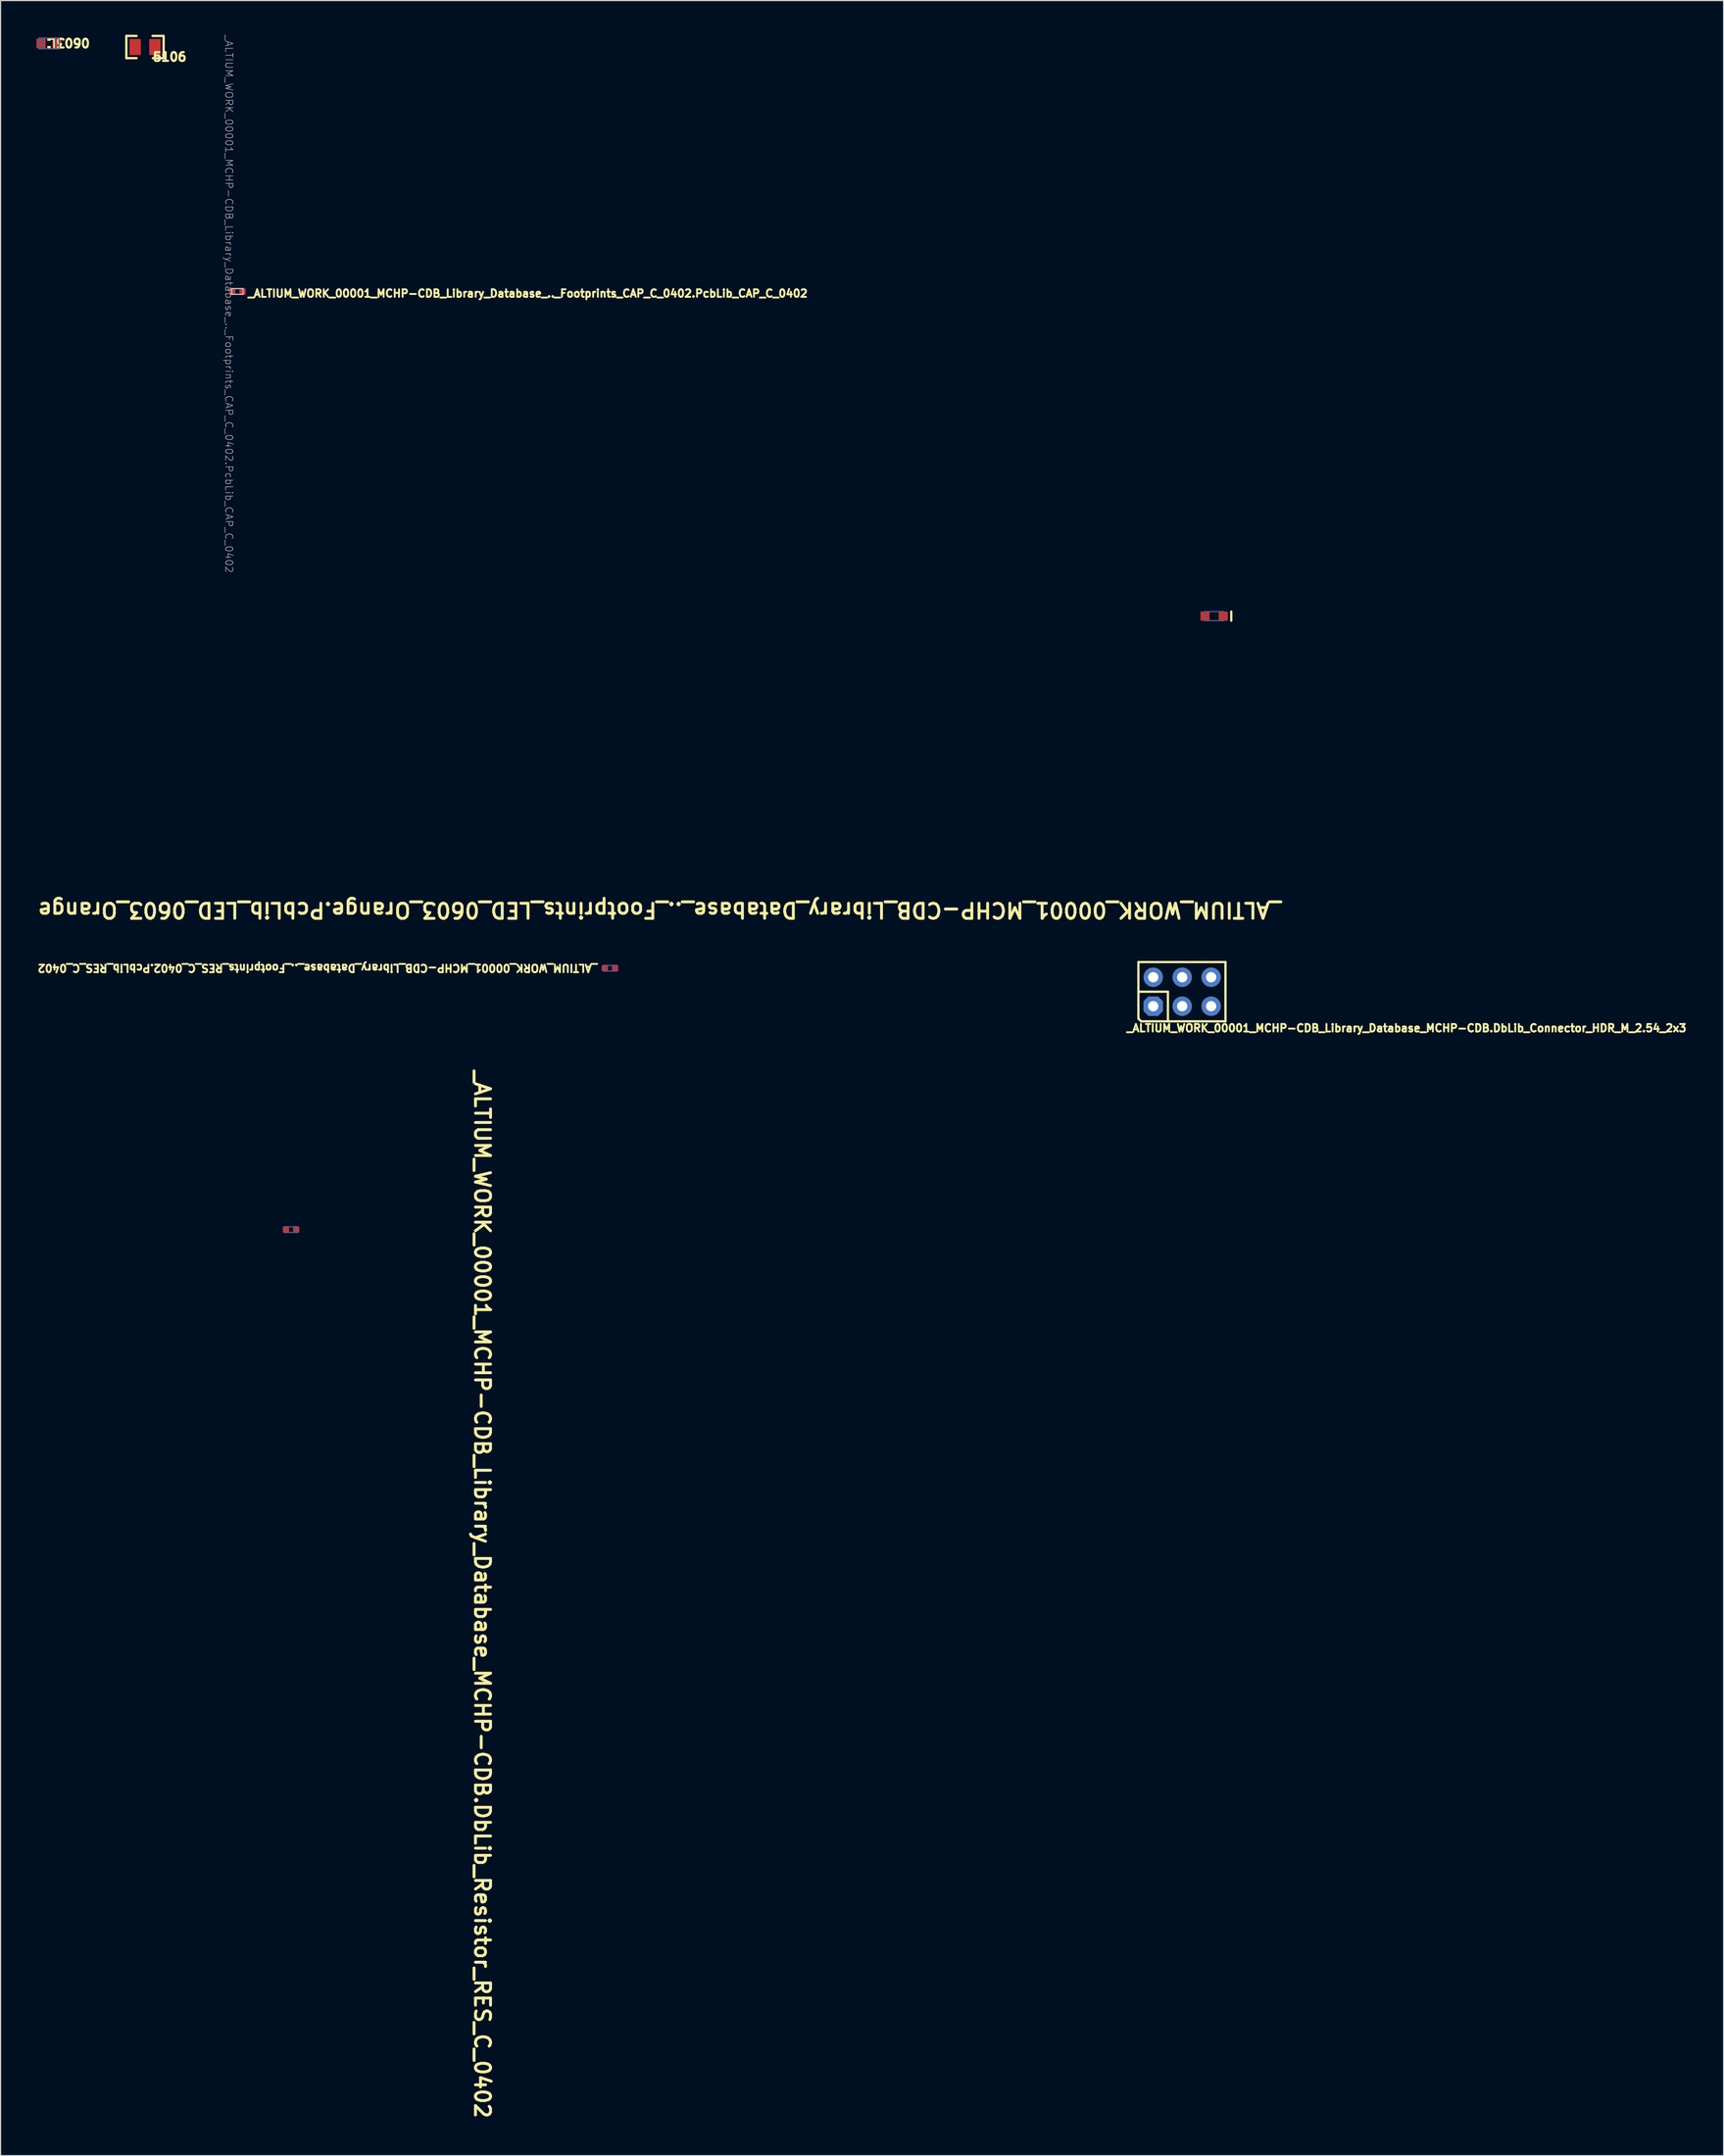
<source format=kicad_pcb>
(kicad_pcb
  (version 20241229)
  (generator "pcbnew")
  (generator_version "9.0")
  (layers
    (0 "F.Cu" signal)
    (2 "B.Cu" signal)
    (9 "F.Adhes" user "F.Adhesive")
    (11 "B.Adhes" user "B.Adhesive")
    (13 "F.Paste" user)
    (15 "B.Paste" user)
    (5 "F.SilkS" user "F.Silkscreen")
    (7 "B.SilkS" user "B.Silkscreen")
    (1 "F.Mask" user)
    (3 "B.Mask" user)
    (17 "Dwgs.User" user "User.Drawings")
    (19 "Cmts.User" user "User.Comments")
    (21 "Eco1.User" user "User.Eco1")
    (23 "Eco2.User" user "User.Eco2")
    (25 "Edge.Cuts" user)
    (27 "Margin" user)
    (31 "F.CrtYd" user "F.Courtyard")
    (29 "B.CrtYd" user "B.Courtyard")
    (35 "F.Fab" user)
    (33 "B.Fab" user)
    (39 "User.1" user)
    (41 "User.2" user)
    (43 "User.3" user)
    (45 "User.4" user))
  (footprint "0603L"
    (layer "F.Cu")
    (at 1.25 0.759)
    (property "Reference" "0603L" (at 3.683 -0.508 180) (unlocked yes) (layer "F.SilkS") (effects (font (size 0.762 0.762) (thickness 0.254) (bold yes)) (justify left bottom)))
    (fp_line (start 0.071 -0.325) (end -0.071 -0.325) (stroke (width 0.2) (type solid)) (layer "F.SilkS"))
    (fp_line (start 0.071 0.325) (end -0.071 0.325) (stroke (width 0.2) (type solid)) (layer "F.SilkS"))
    (fp_line (start -1.2 0.525) (end -1.2 -0.525) (stroke (width 0.1) (type solid)) (layer "Eco1.User"))
    (fp_line (start 0 0.475) (end 0 -0.475) (stroke (width 0.1) (type solid)) (layer "Eco1.User"))
    (fp_line (start 0.475 0) (end -0.475 0) (stroke (width 0.1) (type solid)) (layer "Eco1.User"))
    (fp_line (start 1.2 -0.525) (end -1.2 -0.525) (stroke (width 0.1) (type solid)) (layer "Eco1.User"))
    (fp_line (start 1.2 0.525) (end -1.2 0.525) (stroke (width 0.1) (type solid)) (layer "Eco1.User"))
    (fp_line (start 1.2 0.525) (end 1.2 -0.525) (stroke (width 0.1) (type solid)) (layer "Eco1.User"))
    (fp_line (start -0.875 0.475) (end -0.875 -0.475) (stroke (width 0.1) (type solid)) (layer "B.Fab"))
    (fp_line (start -0.55 0.475) (end -0.55 -0.475) (stroke (width 0.1) (type solid)) (layer "B.Fab"))
    (fp_line (start 0.55 0.475) (end 0.55 -0.475) (stroke (width 0.1) (type solid)) (layer "B.Fab"))
    (fp_line (start 0.875 -0.475) (end -0.875 -0.475) (stroke (width 0.1) (type solid)) (layer "B.Fab"))
    (fp_line (start 0.875 0.475) (end -0.875 0.475) (stroke (width 0.1) (type solid)) (layer "B.Fab"))
    (fp_line (start 0.875 0.475) (end 0.875 -0.475) (stroke (width 0.1) (type solid)) (layer "B.Fab"))
    (fp_line (start -1.2 0.525) (end -1.2 -0.525) (stroke (width 0.1) (type solid)) (layer "User.5"))
    (fp_line (start 1.2 -0.525) (end -1.2 -0.525) (stroke (width 0.1) (type solid)) (layer "User.5"))
    (fp_line (start 1.2 0.525) (end -1.2 0.525) (stroke (width 0.1) (type solid)) (layer "User.5"))
    (fp_line (start 1.2 0.525) (end 1.2 -0.525) (stroke (width 0.1) (type solid)) (layer "User.5"))
    (fp_text user "${REFERENCE}" (at 0.762 -0.254 180) (unlocked yes) (layer "User.5") (effects (font (size 0.559 0.559) (thickness 0.102))))
    (pad "1" smd rect (at -0.7 0 90) (size 0.85 0.8) (layers "F.Cu" "F.Mask" "F.Paste"))
    (pad "2" smd rect (at 0.7 0 90) (size 0.85 0.8) (layers "F.Cu" "F.Mask" "F.Paste")))
  (footprint "_ALTIUM_WORK_00001_MCHP-CDB_Library_Database_.._Footprints_CAP_C_0402.PcbLib_CAP_C_0402"
    (layer "F.Cu")
    (at 17.779 22.52)
    (property "Reference" "_ALTIUM_WORK_00001_MCHP-CDB_Library_Database_.._Footprints_CAP_C_0402.PcbLib_CAP_C_0402" (at 0.838 0.559 0) (unlocked yes) (layer "F.SilkS") (effects (font (size 0.66 0.66) (thickness 0.2) (bold yes)) (justify left bottom)))
    (fp_line (start -0.5 -0.25) (end -0.5 0.25) (stroke (width 0.1) (type solid)) (layer "Dwgs.User"))
    (fp_line (start -0.5 -0.25) (end 0.5 -0.25) (stroke (width 0.1) (type solid)) (layer "Dwgs.User"))
    (fp_line (start -0.5 0.25) (end 0.5 0.25) (stroke (width 0.1) (type solid)) (layer "Dwgs.User"))
    (fp_line (start 0.5 -0.25) (end 0.5 0.25) (stroke (width 0.1) (type solid)) (layer "Dwgs.User"))
    (fp_line (start -0.95 -0.5) (end -0.95 0.5) (stroke (width 0.1) (type solid)) (layer "Eco1.User"))
    (fp_line (start -0.95 -0.5) (end 0.95 -0.5) (stroke (width 0.1) (type solid)) (layer "Eco1.User"))
    (fp_line (start -0.95 0.5) (end 0.95 0.5) (stroke (width 0.1) (type solid)) (layer "Eco1.User"))
    (fp_line (start -0.2 -0.21) (end -0.2 0.18) (stroke (width 0.1) (type solid)) (layer "Eco1.User"))
    (fp_line (start -0.2 -0.21) (end -0.1 -0.31) (stroke (width 0.1) (type solid)) (layer "Eco1.User"))
    (fp_line (start -0.2 0.18) (end -0.11 0.29) (stroke (width 0.1) (type solid)) (layer "Eco1.User"))
    (fp_line (start -0.11 0.29) (end 0.1 0.29) (stroke (width 0.1) (type solid)) (layer "Eco1.User"))
    (fp_line (start -0.1 -0.31) (end 0.1 -0.31) (stroke (width 0.1) (type solid)) (layer "Eco1.User"))
    (fp_line (start 0.1 -0.31) (end 0.2 -0.21) (stroke (width 0.1) (type solid)) (layer "Eco1.User"))
    (fp_line (start 0.1 0.29) (end 0.2 0.19) (stroke (width 0.1) (type solid)) (layer "Eco1.User"))
    (fp_line (start 0.95 -0.5) (end 0.95 0.5) (stroke (width 0.1) (type solid)) (layer "Eco1.User"))
    (fp_line (start -0.5 -0.25) (end -0.5 0.25) (stroke (width 0.1) (type solid)) (layer "B.Fab"))
    (fp_line (start -0.5 -0.25) (end 0.5 -0.25) (stroke (width 0.1) (type solid)) (layer "B.Fab"))
    (fp_line (start -0.5 0.25) (end 0.5 0.25) (stroke (width 0.1) (type solid)) (layer "B.Fab"))
    (fp_line (start 0.5 -0.25) (end 0.5 0.25) (stroke (width 0.1) (type solid)) (layer "B.Fab"))
    (fp_text user "${REFERENCE}" (at -0.737 1.092 270) (unlocked yes) (layer "Dwgs.User") (effects (font (size 0.635 0.635) (thickness 0.05) (bold yes))))
    (pad "1" smd roundrect (at -0.45 0 180) (size 0.55 0.6) (layers "F.Cu" "F.Mask" "F.Paste") (roundrect_rratio 0.25))
    (pad "2" smd roundrect (at 0.45 0 180) (size 0.55 0.6) (layers "F.Cu" "F.Mask" "F.Paste") (roundrect_rratio 0.25)))
  (footprint "5106"
    (layer "F.Cu")
    (at 9.658 1.075)
    (property "Reference" "5106" (at 0.603 1.314 0) (unlocked yes) (layer "F.SilkS") (effects (font (size 0.762 0.762) (thickness 0.254) (bold yes)) (justify left bottom)))
    (fp_line (start -1.625 -0.975) (end -1.625 0.975) (stroke (width 0.2) (type solid)) (layer "F.SilkS"))
    (fp_line (start -1.625 -0.975) (end -0.725 -0.975) (stroke (width 0.2) (type solid)) (layer "F.SilkS"))
    (fp_line (start -1.625 0.975) (end -0.725 0.975) (stroke (width 0.2) (type solid)) (layer "F.SilkS"))
    (fp_line (start 0.675 -0.975) (end 1.65 -0.975) (stroke (width 0.2) (type solid)) (layer "F.SilkS"))
    (fp_line (start 0.7 0.975) (end 1.65 0.975) (stroke (width 0.2) (type solid)) (layer "F.SilkS"))
    (fp_line (start 1.65 -0.975) (end 1.65 0.975) (stroke (width 0.2) (type solid)) (layer "F.SilkS"))
    (fp_line (start -1.065 -0.69) (end -1.065 0.69) (stroke (width 0.1) (type solid)) (layer "User.6"))
    (fp_line (start -1.065 -0.69) (end 1.065 -0.69) (stroke (width 0.1) (type solid)) (layer "User.6"))
    (fp_line (start -1.065 0.69) (end 1.065 0.69) (stroke (width 0.1) (type solid)) (layer "User.6"))
    (fp_line (start 1.065 -0.69) (end 1.065 0.69) (stroke (width 0.1) (type solid)) (layer "User.6"))
    (fp_text user "${REFERENCE}" (at 0.349 -0.337 0) (unlocked yes) (layer "User.6") (effects (font (size 0.6 0.6) (thickness 0.127))))
    (pad "1" smd rect (at -0.85 0 270) (size 1.4 0.99) (layers "F.Cu" "F.Mask" "F.Paste"))
    (pad "2" smd rect (at 0.88 0 270) (size 1.4 0.99) (layers "F.Cu" "F.Mask" "F.Paste")))
  (footprint "_ALTIUM_WORK_00001_MCHP-CDB_Library_Database_MCHP-CDB.DbLib_Connector_HDR_M_2.54_2x3"
    (layer "F.Cu")
    (at 100.669 83.947)
    (property "Reference" "_ALTIUM_WORK_00001_MCHP-CDB_Library_Database_MCHP-CDB.DbLib_Connector_HDR_M_2.54_2x3" (at -4.953 3.581 0) (unlocked yes) (layer "F.SilkS") (effects (font (size 0.66 0.66) (thickness 0.254) (bold yes)) (justify left bottom)))
    (fp_line (start -3.84 -2.6) (end -3.84 2.36) (stroke (width 0.2) (type solid)) (layer "F.SilkS"))
    (fp_line (start -3.84 -2.6) (end 3.8 -2.6) (stroke (width 0.2) (type solid)) (layer "F.SilkS"))
    (fp_line (start -3.84 0) (end -1.25 0) (stroke (width 0.2) (type solid)) (layer "F.SilkS"))
    (fp_line (start -3.84 2.36) (end -3.6 2.6) (stroke (width 0.2) (type solid)) (layer "F.SilkS"))
    (fp_line (start -3.6 2.6) (end 3.8 2.6) (stroke (width 0.2) (type solid)) (layer "F.SilkS"))
    (fp_line (start -1.25 0) (end -1.25 2.6) (stroke (width 0.2) (type solid)) (layer "F.SilkS"))
    (fp_line (start 3.8 -2.6) (end 3.8 2.6) (stroke (width 0.2) (type solid)) (layer "F.SilkS"))
    (fp_line (start -4.05 -2.8) (end -4.05 2.8) (stroke (width 0.1) (type solid)) (layer "Eco1.User"))
    (fp_line (start -4.05 -2.8) (end 4 -2.8) (stroke (width 0.1) (type solid)) (layer "Eco1.User"))
    (fp_line (start -4.05 2.8) (end 4 2.8) (stroke (width 0.1) (type solid)) (layer "Eco1.User"))
    (fp_line (start -0.5 0) (end 0.5 0) (stroke (width 0.1) (type solid)) (layer "Eco1.User"))
    (fp_line (start 0 -0.5) (end 0 0.5) (stroke (width 0.1) (type solid)) (layer "Eco1.User"))
    (fp_line (start 4 -2.8) (end 4 2.8) (stroke (width 0.1) (type solid)) (layer "Eco1.User"))
    (fp_line (start -3.84 -2.6) (end -3.84 2.36) (stroke (width 0.1) (type solid)) (layer "Eco2.User"))
    (fp_line (start -3.84 -2.6) (end 3.8 -2.6) (stroke (width 0.1) (type solid)) (layer "Eco2.User"))
    (fp_line (start -3.84 0) (end -1.25 0) (stroke (width 0.1) (type solid)) (layer "Eco2.User"))
    (fp_line (start -3.84 2.36) (end -3.6 2.6) (stroke (width 0.1) (type solid)) (layer "Eco2.User"))
    (fp_line (start -3.6 2.6) (end 3.8 2.6) (stroke (width 0.1) (type solid)) (layer "Eco2.User"))
    (fp_line (start -1.25 0) (end -1.25 2.6) (stroke (width 0.1) (type solid)) (layer "Eco2.User"))
    (fp_line (start 3.8 -2.6) (end 3.8 2.6) (stroke (width 0.1) (type solid)) (layer "Eco2.User"))
    (fp_text user "${REFERENCE}" (at -0.4 0.5 0) (unlocked yes) (layer "Eco2.User") (effects (font (size 0.635 0.635) (thickness 0.2) (bold yes))))
    (pad "1" thru_hole roundrect (at -2.54 1.27) (size 1.7 1.7) (drill 0.9) (layers "*.Cu" "*.Mask") (roundrect_rratio 0.25) (chamfer_ratio 0.25) (chamfer top_left top_right bottom_left bottom_right))
    (pad "2" thru_hole circle (at -2.54 -1.27) (size 1.7 1.7) (drill 0.9) (layers "*.Cu" "*.Mask"))
    (pad "3" thru_hole circle (at 0 1.27) (size 1.7 1.7) (drill 0.9) (layers "*.Cu" "*.Mask"))
    (pad "4" thru_hole circle (at 0 -1.27) (size 1.7 1.7) (drill 0.9) (layers "*.Cu" "*.Mask"))
    (pad "5" thru_hole circle (at 2.54 1.27) (size 1.7 1.7) (drill 0.9) (layers "*.Cu" "*.Mask"))
    (pad "6" thru_hole circle (at 2.54 -1.27) (size 1.7 1.7) (drill 0.9) (layers "*.Cu" "*.Mask")))
  (footprint "_ALTIUM_WORK_00001_MCHP-CDB_Library_Database_.._Footprints_RES_C_0402.PcbLib_RES_C_0402"
    (layer "F.Cu")
    (at 50.466 81.886)
    (property "Reference" "_ALTIUM_WORK_00001_MCHP-CDB_Library_Database_.._Footprints_RES_C_0402.PcbLib_RES_C_0402" (at -1.013 -0.401 180) (unlocked yes) (layer "F.SilkS") (effects (font (size 0.66 0.66) (thickness 0.2) (bold yes)) (justify left bottom)))
    (fp_line (start -0.95 -0.5) (end 0.95 -0.5) (stroke (width 0.1) (type solid)) (layer "Eco1.User"))
    (fp_line (start -0.95 0.5) (end -0.95 -0.5) (stroke (width 0.1) (type solid)) (layer "Eco1.User"))
    (fp_line (start -0.95 0.5) (end 0.95 0.5) (stroke (width 0.1) (type solid)) (layer "Eco1.User"))
    (fp_line (start -0.25 0) (end 0.25 0) (stroke (width 0.1) (type solid)) (layer "Eco1.User"))
    (fp_line (start 0 0.25) (end 0 -0.25) (stroke (width 0.1) (type solid)) (layer "Eco1.User"))
    (fp_line (start 0.95 0.5) (end 0.95 -0.5) (stroke (width 0.1) (type solid)) (layer "Eco1.User"))
    (fp_line (start -0.5 -0.25) (end 0.5 -0.25) (stroke (width 0.1) (type solid)) (layer "Eco2.User"))
    (fp_line (start -0.5 0.25) (end -0.5 -0.25) (stroke (width 0.1) (type solid)) (layer "Eco2.User"))
    (fp_line (start -0.5 0.25) (end 0.5 0.25) (stroke (width 0.1) (type solid)) (layer "Eco2.User"))
    (fp_line (start 0.5 0.25) (end 0.5 -0.25) (stroke (width 0.1) (type solid)) (layer "Eco2.User"))
    (fp_line (start -0.5 -0.25) (end 0.5 -0.25) (stroke (width 0.1) (type solid)) (layer "B.Fab"))
    (fp_line (start -0.5 0.25) (end -0.5 -0.25) (stroke (width 0.1) (type solid)) (layer "B.Fab"))
    (fp_line (start -0.5 0.25) (end 0.5 0.25) (stroke (width 0.1) (type solid)) (layer "B.Fab"))
    (fp_line (start 0.5 0.25) (end 0.5 -0.25) (stroke (width 0.1) (type solid)) (layer "B.Fab"))
    (fp_text user "${REFERENCE}" (at -0.584 -0.33 180) (unlocked yes) (layer "Eco2.User") (effects (font (size 0.635 0.635) (thickness 0.05) (bold yes))))
    (pad "1" smd roundrect (at -0.45 0) (size 0.55 0.6) (layers "F.Cu" "F.Mask" "F.Paste") (roundrect_rratio 0.25))
    (pad "2" smd roundrect (at 0.45 0) (size 0.55 0.6) (layers "F.Cu" "F.Mask" "F.Paste") (roundrect_rratio 0.25)))
  (footprint "_ALTIUM_WORK_00001_MCHP-CDB_Library_Database_MCHP-CDB.DbLib_Resistor_RES_C_0402"
    (layer "F.Cu")
    (at 22.485 104.816)
    (property "Reference" "_ALTIUM_WORK_00001_MCHP-CDB_Library_Database_MCHP-CDB.DbLib_Resistor_RES_C_0402" (at 16.007 -14.092 270) (unlocked yes) (layer "F.SilkS") (effects (font (size 1.321 1.321) (thickness 0.254)) (justify left bottom)))
    (fp_line (start -0.95 -0.5) (end -0.95 0.5) (stroke (width 0.1) (type solid)) (layer "Eco1.User"))
    (fp_line (start -0.95 -0.5) (end 0.95 -0.5) (stroke (width 0.1) (type solid)) (layer "Eco1.User"))
    (fp_line (start -0.95 0.5) (end 0.95 0.5) (stroke (width 0.1) (type solid)) (layer "Eco1.User"))
    (fp_line (start -0.25 0) (end 0.25 0) (stroke (width 0.1) (type solid)) (layer "Eco1.User"))
    (fp_line (start 0 -0.25) (end 0 0.25) (stroke (width 0.1) (type solid)) (layer "Eco1.User"))
    (fp_line (start 0.95 -0.5) (end 0.95 0.5) (stroke (width 0.1) (type solid)) (layer "Eco1.User"))
    (fp_line (start -0.5 -0.25) (end -0.5 0.25) (stroke (width 0.1) (type solid)) (layer "Eco2.User"))
    (fp_line (start -0.5 -0.25) (end 0.5 -0.25) (stroke (width 0.1) (type solid)) (layer "Eco2.User"))
    (fp_line (start -0.5 0.25) (end 0.5 0.25) (stroke (width 0.1) (type solid)) (layer "Eco2.User"))
    (fp_line (start 0.5 -0.25) (end 0.5 0.25) (stroke (width 0.1) (type solid)) (layer "Eco2.User"))
    (fp_line (start -0.5 -0.25) (end -0.5 0.25) (stroke (width 0.1) (type solid)) (layer "B.Fab"))
    (fp_line (start -0.5 -0.25) (end 0.5 -0.25) (stroke (width 0.1) (type solid)) (layer "B.Fab"))
    (fp_line (start -0.5 0.25) (end 0.5 0.25) (stroke (width 0.1) (type solid)) (layer "B.Fab"))
    (fp_line (start 0.5 -0.25) (end 0.5 0.25) (stroke (width 0.1) (type solid)) (layer "B.Fab"))
    (fp_text user "${REFERENCE}" (at -0.4 0.15 0) (unlocked yes) (layer "Eco2.User") (effects (font (size 0.635 0.635) (thickness 0.05) (bold yes))))
    (pad "1" smd roundrect (at -0.45 0) (size 0.55 0.6) (layers "F.Cu" "F.Mask" "F.Paste") (roundrect_rratio 0.25))
    (pad "2" smd roundrect (at 0.45 0) (size 0.55 0.6) (layers "F.Cu" "F.Mask" "F.Paste") (roundrect_rratio 0.25)))
  (footprint "_ALTIUM_WORK_00001_MCHP-CDB_Library_Database_.._Footprints_LED_0603_Orange.PcbLib_LED_0603_Orange"
    (layer "F.Cu")
    (at 103.475 51)
    (property "Reference" "_ALTIUM_WORK_00001_MCHP-CDB_Library_Database_.._Footprints_LED_0603_Orange.PcbLib_LED_0603_Orange" (at 6.02 25.014 180) (unlocked yes) (layer "F.SilkS") (effects (font (size 1.321 1.321) (thickness 0.254)) (justify left bottom)))
    (fp_line (start 1.5 -0.4) (end 1.5 0.4) (stroke (width 0.2) (type solid)) (layer "F.SilkS"))
    (fp_line (start -1.55 -0.725) (end -1.55 0.725) (stroke (width 0.1) (type solid)) (layer "Eco1.User"))
    (fp_line (start 0.000003 -0.4) (end 0.000003 0.4) (stroke (width 0.1) (type solid)) (layer "Eco1.User"))
    (fp_line (start 0.4 0) (end -0.4 0) (stroke (width 0.1) (type solid)) (layer "Eco1.User"))
    (fp_line (start 1.7 -0.725) (end -1.55 -0.725) (stroke (width 0.1) (type solid)) (layer "Eco1.User"))
    (fp_line (start 1.7 -0.725) (end 1.7 0.725) (stroke (width 0.1) (type solid)) (layer "Eco1.User"))
    (fp_line (start 1.7 0.725) (end -1.55 0.725) (stroke (width 0.1) (type solid)) (layer "Eco1.User"))
    (fp_line (start -1.4 -0.6) (end -1.4 0.6) (stroke (width 0.1) (type solid)) (layer "Eco2.User"))
    (fp_line (start 1.5 -0.6) (end 1.5 0.6) (stroke (width 0.1) (type solid)) (layer "Eco2.User"))
    (fp_line (start 1.6 -0.6) (end -1.4 -0.6) (stroke (width 0.1) (type solid)) (layer "Eco2.User"))
    (fp_line (start 1.6 -0.6) (end 1.6 0.6) (stroke (width 0.1) (type solid)) (layer "Eco2.User"))
    (fp_line (start 1.6 0.6) (end -1.4 0.6) (stroke (width 0.1) (type solid)) (layer "Eco2.User"))
    (fp_line (start -0.85 -0.4) (end -0.85 0.4) (stroke (width 0.1) (type solid)) (layer "B.Fab"))
    (fp_line (start 0.85 -0.4) (end -0.85 -0.4) (stroke (width 0.1) (type solid)) (layer "B.Fab"))
    (fp_line (start 0.85 -0.4) (end 0.85 0.4) (stroke (width 0.1) (type solid)) (layer "B.Fab"))
    (fp_line (start 0.85 0.4) (end -0.85 0.4) (stroke (width 0.1) (type solid)) (layer "B.Fab"))
    (fp_text user "${REFERENCE}" (at -0.66 0.356 0) (unlocked yes) (layer "Eco2.User") (effects (font (size 0.635 0.635) (thickness 0.15) (bold yes))))
    (pad "1" smd rect (at -0.8 0) (size 0.8 0.8) (layers "F.Cu" "F.Mask" "F.Paste"))
    (pad "2" smd rect (at 0.8 0) (size 0.8 0.8) (layers "F.Cu" "F.Mask" "F.Paste")))
  (gr_rect
    (start -3 -3)
    (end 148.169 186.049)
    (stroke (width 0.1) (type default))
    (fill no)
    (layer "Edge.Cuts")))
</source>
